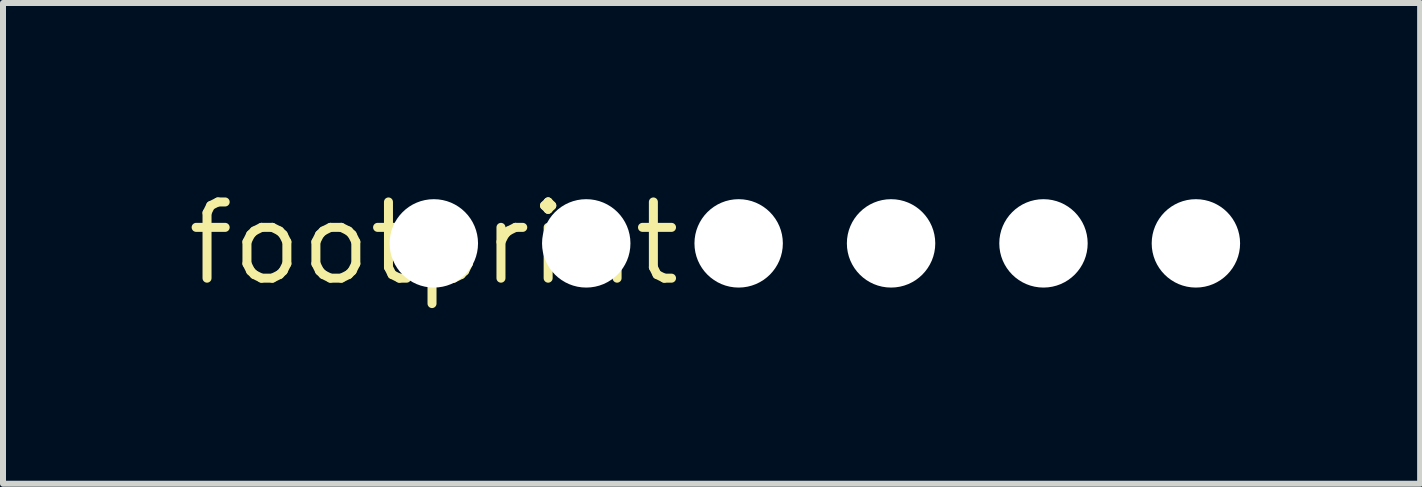
<source format=kicad_pcb>
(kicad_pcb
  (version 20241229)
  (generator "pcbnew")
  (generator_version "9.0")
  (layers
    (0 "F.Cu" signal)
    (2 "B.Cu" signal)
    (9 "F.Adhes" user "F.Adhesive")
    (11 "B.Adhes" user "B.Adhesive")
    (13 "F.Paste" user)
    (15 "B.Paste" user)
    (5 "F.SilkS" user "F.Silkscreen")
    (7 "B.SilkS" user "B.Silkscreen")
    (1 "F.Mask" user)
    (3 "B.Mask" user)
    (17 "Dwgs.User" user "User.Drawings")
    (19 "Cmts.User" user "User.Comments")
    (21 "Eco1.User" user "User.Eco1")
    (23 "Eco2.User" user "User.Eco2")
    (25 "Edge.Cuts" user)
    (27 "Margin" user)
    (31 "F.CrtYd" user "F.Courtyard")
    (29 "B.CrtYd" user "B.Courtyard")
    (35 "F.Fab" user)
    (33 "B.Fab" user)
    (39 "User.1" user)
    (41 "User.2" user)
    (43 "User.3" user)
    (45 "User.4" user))
  (footprint "footprint"
    (layer "F.Cu")
    (at 4.18 1.006)
    (property "Reference" "footprint" (at 0 0 0) (layer "F.SilkS") (effects (font (size 1.27 1.27) (thickness 0.15))))
    (fp_circle (center 0 0) (end 0.635 0) (stroke (width 0.127) (type solid)) (fill no) (layer "F.Fab"))
    (fp_circle (center 2.54 0) (end 3.175 0) (stroke (width 0.127) (type solid)) (fill no) (layer "F.Fab"))
    (fp_circle (center 5.08 0) (end 5.715 0) (stroke (width 0.127) (type solid)) (fill no) (layer "F.Fab"))
    (fp_circle (center 7.62 0) (end 8.255 0) (stroke (width 0.127) (type solid)) (fill no) (layer "F.Fab"))
    (fp_circle (center 10.16 0) (end 10.795 0) (stroke (width 0.127) (type solid)) (fill no) (layer "F.Fab"))
    (fp_circle (center 12.7 0) (end 13.335 0) (stroke (width 0.127) (type solid)) (fill no) (layer "F.Fab"))
    (pad "" np_thru_hole circle (at 0 0) (size 1.473 1.473) (drill 1.473) (layers "*.Cu" "*.Mask"))
    (pad "" np_thru_hole circle (at 2.54 0) (size 1.473 1.473) (drill 1.473) (layers "*.Cu" "*.Mask"))
    (pad "" np_thru_hole circle (at 5.08 0) (size 1.473 1.473) (drill 1.473) (layers "*.Cu" "*.Mask"))
    (pad "" np_thru_hole circle (at 7.62 0) (size 1.473 1.473) (drill 1.473) (layers "*.Cu" "*.Mask"))
    (pad "" np_thru_hole circle (at 10.16 0) (size 1.473 1.473) (drill 1.473) (layers "*.Cu" "*.Mask"))
    (pad "" np_thru_hole circle (at 12.7 0) (size 1.473 1.473) (drill 1.473) (layers "*.Cu" "*.Mask"))
    (pad "1" thru_hole circle (at 0 0 90) (size 0.813 0.813) (drill 0.889) (layers "*.Cu" "*.Mask"))
    (pad "2" thru_hole circle (at 2.54 0 90) (size 0.813 0.813) (drill 0.889) (layers "*.Cu" "*.Mask"))
    (pad "3" thru_hole circle (at 5.08 0 90) (size 0.813 0.813) (drill 0.889) (layers "*.Cu" "*.Mask"))
    (pad "4" thru_hole circle (at 7.62 0 90) (size 0.813 0.813) (drill 0.889) (layers "*.Cu" "*.Mask"))
    (pad "5" thru_hole circle (at 10.16 0 90) (size 0.813 0.813) (drill 0.889) (layers "*.Cu" "*.Mask"))
    (pad "6" thru_hole circle (at 12.7 0 90) (size 0.813 0.813) (drill 0.889) (layers "*.Cu" "*.Mask")))
  (gr_rect
    (start -3 -3)
    (end 20.617 5.012)
    (stroke (width 0.1) (type default))
    (fill no)
    (layer "Edge.Cuts")))
</source>
